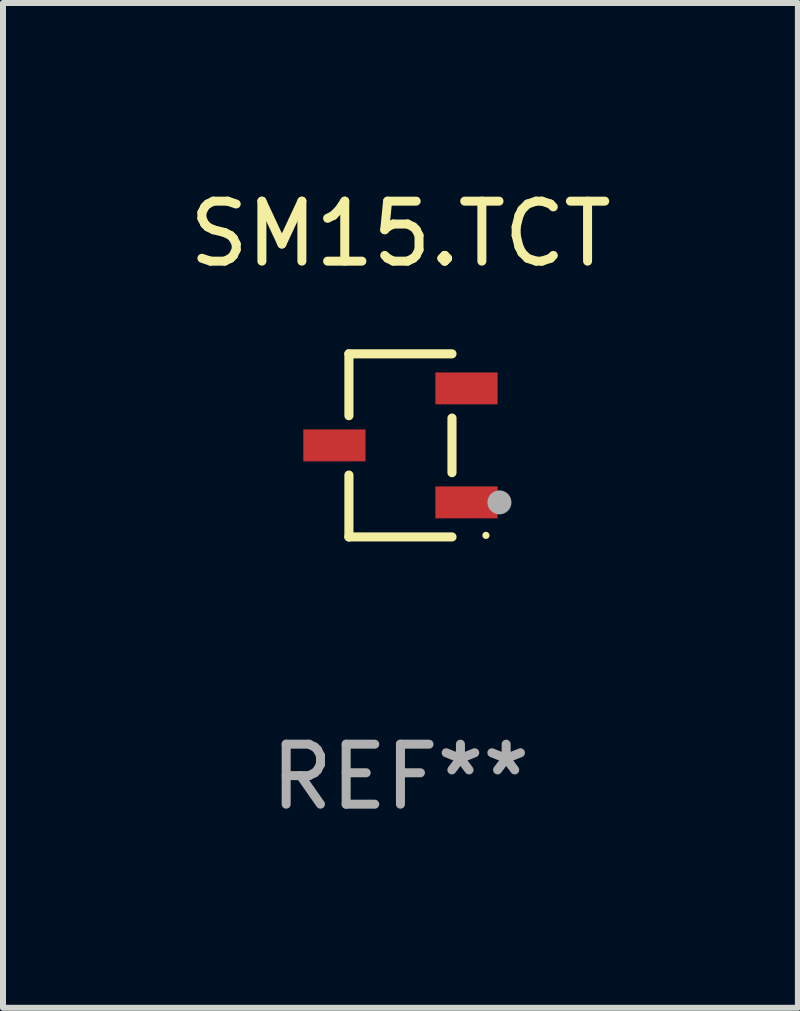
<source format=kicad_pcb>
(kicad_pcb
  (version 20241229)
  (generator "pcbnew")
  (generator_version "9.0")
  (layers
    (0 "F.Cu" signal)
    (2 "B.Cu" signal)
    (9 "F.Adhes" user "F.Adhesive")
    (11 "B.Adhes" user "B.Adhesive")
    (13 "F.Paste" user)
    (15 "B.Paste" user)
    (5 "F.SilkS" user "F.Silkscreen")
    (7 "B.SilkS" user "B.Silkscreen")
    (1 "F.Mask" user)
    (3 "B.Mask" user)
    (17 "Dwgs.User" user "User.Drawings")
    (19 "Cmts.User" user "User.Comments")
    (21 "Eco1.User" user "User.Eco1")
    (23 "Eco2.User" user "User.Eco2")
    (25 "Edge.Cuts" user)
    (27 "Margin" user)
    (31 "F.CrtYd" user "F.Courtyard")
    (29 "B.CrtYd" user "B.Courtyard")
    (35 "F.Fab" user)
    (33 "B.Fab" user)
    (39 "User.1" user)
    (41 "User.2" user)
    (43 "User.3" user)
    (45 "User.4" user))
  (footprint "SM15.TCT"
    (layer "F.Cu")
    (at 3.625 4.374)
    (property "Reference" "SM15.TCT" (at 0 -3.526 0) (layer "F.SilkS") (effects (font (size 1 1) (thickness 0.15))))
    (attr through_hole)
    (fp_line (start -0.859 -1.526) (end -0.859 -0.495) (stroke (width 0.152) (type solid)) (layer "F.SilkS"))
    (fp_line (start -0.859 1.526) (end -0.859 0.495) (stroke (width 0.152) (type solid)) (layer "F.SilkS"))
    (fp_line (start 0.859 -1.526) (end -0.859 -1.526) (stroke (width 0.152) (type solid)) (layer "F.SilkS"))
    (fp_line (start 0.859 -0.455) (end 0.859 0.455) (stroke (width 0.152) (type solid)) (layer "F.SilkS"))
    (fp_line (start 0.859 1.526) (end -0.859 1.526) (stroke (width 0.152) (type solid)) (layer "F.SilkS"))
    (fp_circle (center 1.425 1.5) (end 1.455 1.5) (stroke (width 0.06) (type solid)) (fill no) (layer "F.SilkS"))
    (fp_circle (center 1.65 0.95) (end 1.75 0.95) (stroke (width 0.2) (type solid)) (fill no) (layer "F.Fab"))
    (fp_text user "REF**" (at 0 5.526 0) (layer "F.Fab") (effects (font (size 1 1) (thickness 0.15))))
    (pad "1" smd rect (at 1.101 0.95) (size 1.037 0.532) (layers "F.Cu" "F.Mask" "F.Paste"))
    (pad "2" smd rect (at 1.101 -0.95) (size 1.037 0.532) (layers "F.Cu" "F.Mask" "F.Paste"))
    (pad "3" smd rect (at -1.101 0) (size 1.037 0.532) (layers "F.Cu" "F.Mask" "F.Paste")))
  (gr_rect
    (start -3 -3)
    (end 10.25 13.749)
    (stroke (width 0.1) (type default))
    (fill no)
    (layer "Edge.Cuts")))
</source>
